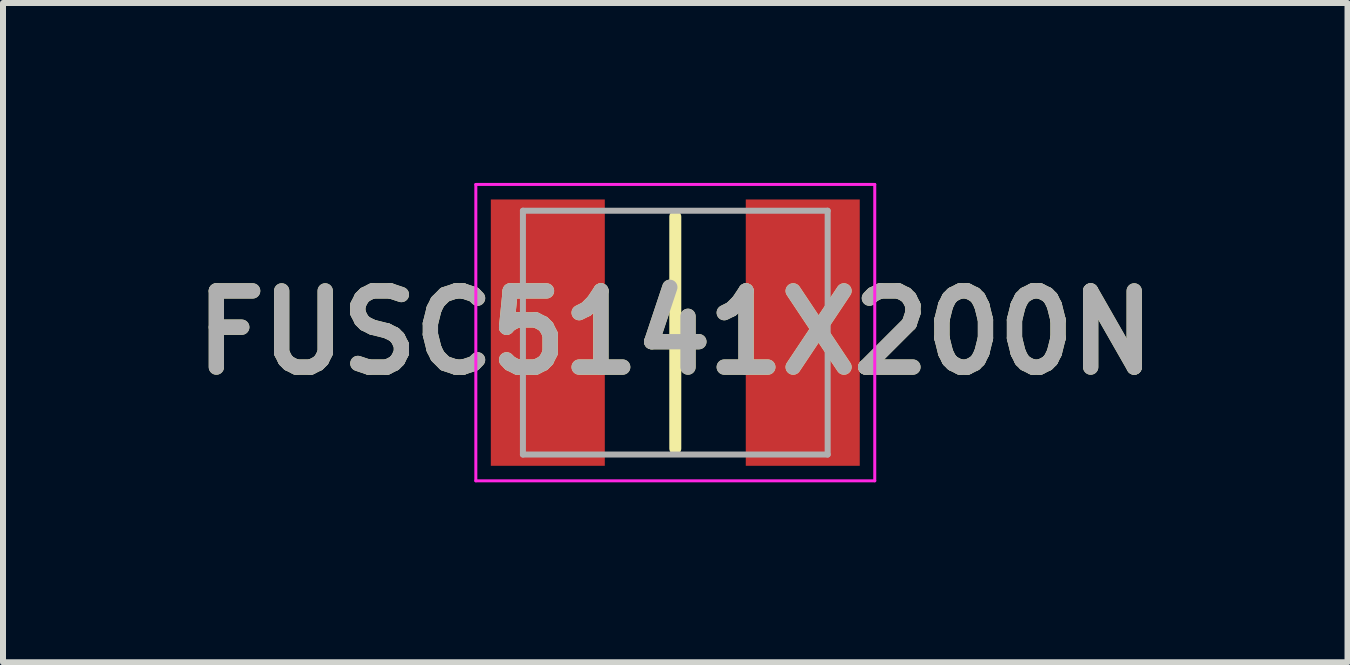
<source format=kicad_pcb>
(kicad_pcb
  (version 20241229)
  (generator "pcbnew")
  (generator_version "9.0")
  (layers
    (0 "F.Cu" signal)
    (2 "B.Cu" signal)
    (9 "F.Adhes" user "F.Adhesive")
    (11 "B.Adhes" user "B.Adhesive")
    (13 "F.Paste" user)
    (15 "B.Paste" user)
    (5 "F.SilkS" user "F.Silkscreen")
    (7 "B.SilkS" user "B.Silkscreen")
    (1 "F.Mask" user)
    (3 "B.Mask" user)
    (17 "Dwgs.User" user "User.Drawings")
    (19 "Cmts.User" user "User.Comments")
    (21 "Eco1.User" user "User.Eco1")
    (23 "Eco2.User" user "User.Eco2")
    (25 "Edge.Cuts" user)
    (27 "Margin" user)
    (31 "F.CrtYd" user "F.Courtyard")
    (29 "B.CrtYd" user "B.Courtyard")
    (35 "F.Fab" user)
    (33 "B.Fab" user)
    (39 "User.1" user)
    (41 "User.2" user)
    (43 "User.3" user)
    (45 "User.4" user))
  (footprint "FUSC5141X200N"
    (layer "F.Cu")
    (at 8.207 2.495)
    (property "Reference" "FUSC5141X200N" (at 0 0 0) (layer "F.SilkS") (effects (font (size 1.27 1.27) (thickness 0.254))))
    (attr smd)
    (fp_line (start 0 -1.932) (end 0 1.932) (stroke (width 0.2) (type solid)) (layer "F.SilkS"))
    (fp_line (start -3.325 -2.47) (end 3.325 -2.47) (stroke (width 0.05) (type solid)) (layer "F.CrtYd"))
    (fp_line (start -3.325 2.47) (end -3.325 -2.47) (stroke (width 0.05) (type solid)) (layer "F.CrtYd"))
    (fp_line (start 3.325 -2.47) (end 3.325 2.47) (stroke (width 0.05) (type solid)) (layer "F.CrtYd"))
    (fp_line (start 3.325 2.47) (end -3.325 2.47) (stroke (width 0.05) (type solid)) (layer "F.CrtYd"))
    (fp_line (start -2.54 -2.032) (end 2.54 -2.032) (stroke (width 0.1) (type solid)) (layer "F.Fab"))
    (fp_line (start -2.54 2.032) (end -2.54 -2.032) (stroke (width 0.1) (type solid)) (layer "F.Fab"))
    (fp_line (start 2.54 -2.032) (end 2.54 2.032) (stroke (width 0.1) (type solid)) (layer "F.Fab"))
    (fp_line (start 2.54 2.032) (end -2.54 2.032) (stroke (width 0.1) (type solid)) (layer "F.Fab"))
    (fp_text user "${REFERENCE}" (at 0 0 0) (layer "F.Fab") (effects (font (size 1.27 1.27) (thickness 0.254))))
    (pad "1" smd rect (at -2.125 0) (size 1.9 4.44) (layers "F.Cu" "F.Mask" "F.Paste"))
    (pad "2" smd rect (at 2.125 0) (size 1.9 4.44) (layers "F.Cu" "F.Mask" "F.Paste")))
  (gr_rect
    (start -3 -3)
    (end 19.413 7.99)
    (stroke (width 0.1) (type default))
    (fill no)
    (layer "Edge.Cuts")))
</source>
